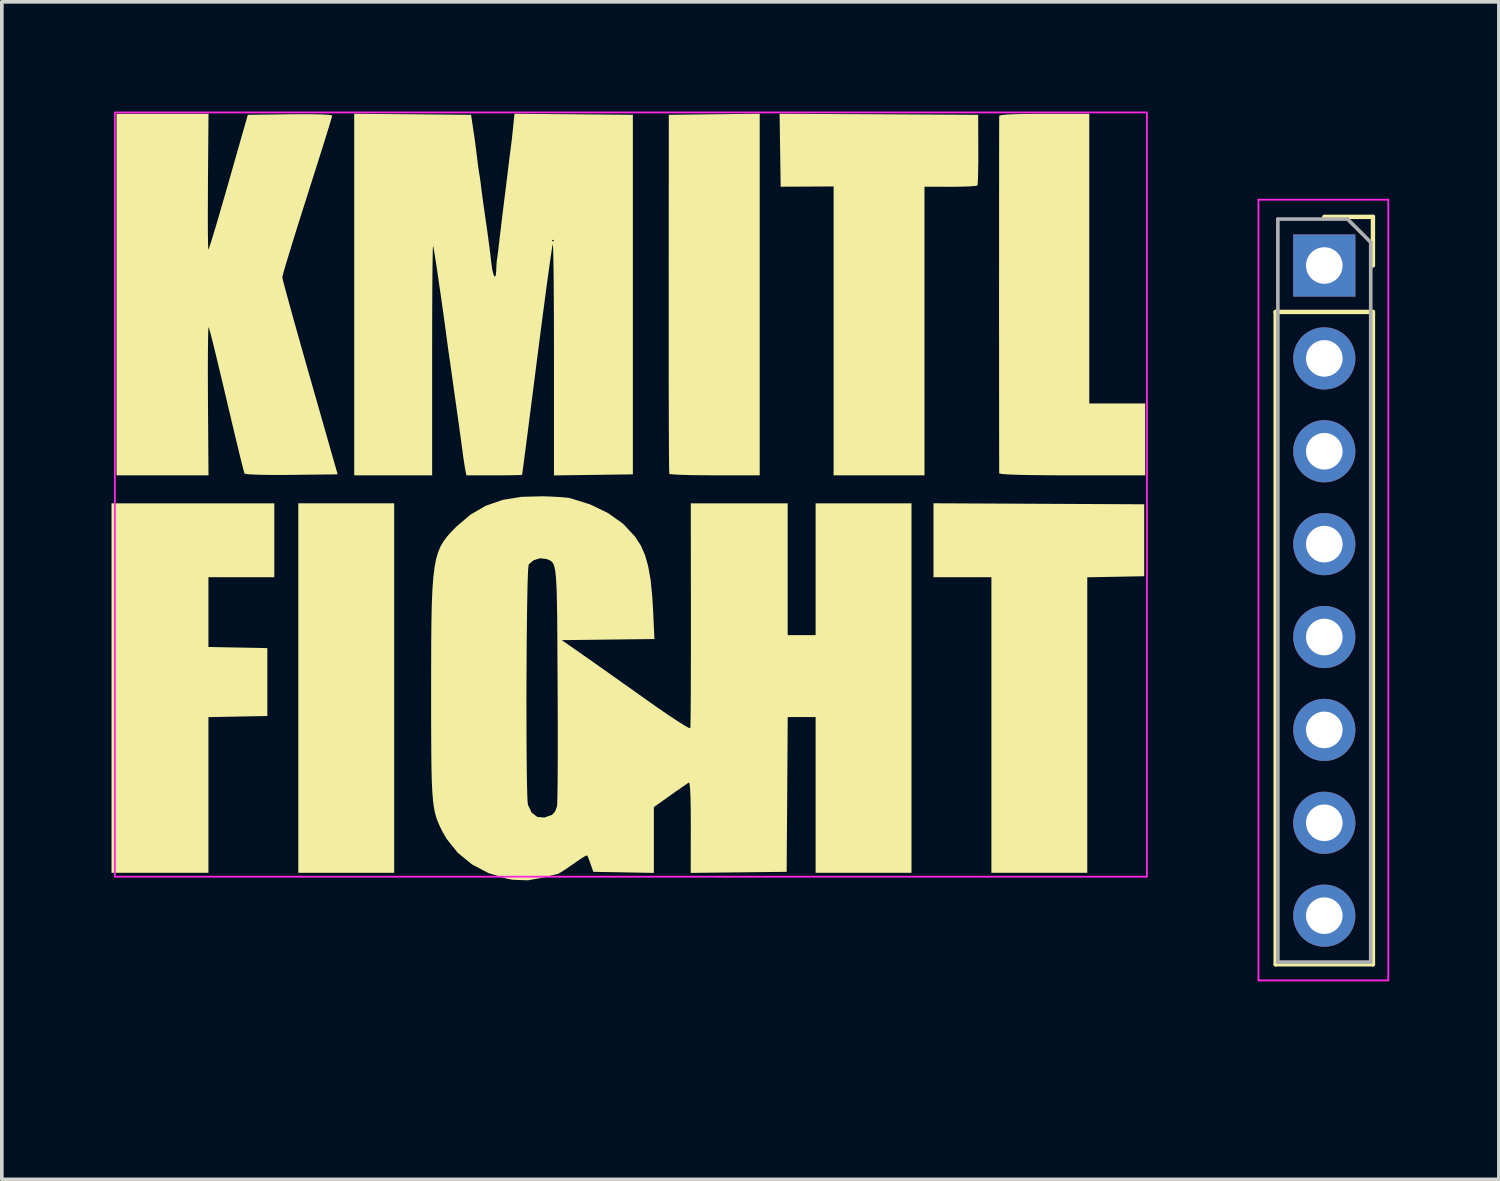
<source format=kicad_pcb>
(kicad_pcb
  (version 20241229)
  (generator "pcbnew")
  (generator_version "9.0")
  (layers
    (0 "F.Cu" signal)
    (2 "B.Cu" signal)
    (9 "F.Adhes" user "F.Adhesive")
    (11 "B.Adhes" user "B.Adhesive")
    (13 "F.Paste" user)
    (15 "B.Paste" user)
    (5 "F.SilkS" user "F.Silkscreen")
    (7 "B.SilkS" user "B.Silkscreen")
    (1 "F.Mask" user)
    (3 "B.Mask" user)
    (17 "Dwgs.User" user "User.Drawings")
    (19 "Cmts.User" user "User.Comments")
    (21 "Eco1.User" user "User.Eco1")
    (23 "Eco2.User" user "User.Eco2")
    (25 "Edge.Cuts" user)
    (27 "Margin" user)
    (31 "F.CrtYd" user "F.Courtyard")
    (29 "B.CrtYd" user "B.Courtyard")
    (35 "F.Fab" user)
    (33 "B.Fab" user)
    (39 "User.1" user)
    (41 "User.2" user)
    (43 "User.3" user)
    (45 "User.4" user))
  (footprint "KMITL"
    (layer "F.Cu")
    (at 14.066 10.55)
    (property "Reference" "KMITL" (at 0 0 0) (layer "User.7") (effects (font (size 1.524 1.524) (thickness 0.3))))
    (attr board_only exclude_from_pos_files exclude_from_bom)
    (fp_poly (pts (xy -6.336 10.269) (xy -8.958 10.269) (xy -8.958 0.164) (xy -6.336 0.164)) (stroke (width 0) (type solid)) (fill yes) (layer "F.SilkS"))
    (fp_poly (pts (xy 14.175 0.191) (xy 14.175 2.158) (xy 13.396 2.173) (xy 12.618 2.188) (xy 12.618 10.269) (xy 9.996 10.269) (xy 9.996 2.185) (xy 8.412 2.185) (xy 8.412 0.163)) (stroke (width 0) (type solid)) (fill yes) (layer "F.SilkS"))
    (fp_poly (pts (xy -9.614 2.185) (xy -11.416 2.185) (xy -11.416 4.094) (xy -9.805 4.124) (xy -9.805 5.981) (xy -10.611 5.996) (xy -11.416 6.012) (xy -11.416 10.269) (xy -14.066 10.269) (xy -14.066 0.164) (xy -9.614 0.164)) (stroke (width 0) (type solid)) (fill yes) (layer "F.SilkS"))
    (fp_poly (pts (xy 6.919 -10.475) (xy 9.635 -10.46) (xy 9.638 -9.513) (xy 9.638 -9.202) (xy 9.634 -8.929) (xy 9.629 -8.713) (xy 9.621 -8.573) (xy 9.614 -8.528) (xy 9.552 -8.514) (xy 9.402 -8.503) (xy 9.186 -8.495) (xy 8.924 -8.492) (xy 8.876 -8.492) (xy 8.166 -8.494) (xy 8.166 -4.547) (xy 8.167 -0.601) (xy 5.681 -0.601) (xy 5.681 -8.501) (xy 4.957 -8.497) (xy 4.233 -8.494) (xy 4.204 -10.489)) (stroke (width 0) (type solid)) (fill yes) (layer "F.SilkS"))
    (fp_poly (pts (xy 3.66 -0.601) (xy 2.434 -0.601) (xy 2.08 -0.603) (xy 1.764 -0.607) (xy 1.502 -0.615) (xy 1.31 -0.625) (xy 1.204 -0.636) (xy 1.188 -0.642) (xy 1.185 -0.701) (xy 1.182 -0.862) (xy 1.179 -1.117) (xy 1.177 -1.457) (xy 1.175 -1.875) (xy 1.174 -2.364) (xy 1.172 -2.915) (xy 1.171 -3.52) (xy 1.171 -4.172) (xy 1.171 -4.863) (xy 1.171 -5.572) (xy 1.174 -10.46) (xy 2.417 -10.475) (xy 3.66 -10.49)) (stroke (width 0) (type solid)) (fill yes) (layer "F.SilkS"))
    (fp_poly (pts (xy 12.673 -2.567) (xy 14.202 -2.567) (xy 14.202 -0.601) (xy 12.208 -0.601) (xy 11.632 -0.602) (xy 11.148 -0.607) (xy 10.762 -0.614) (xy 10.475 -0.624) (xy 10.291 -0.637) (xy 10.213 -0.652) (xy 10.21 -0.655) (xy 10.209 -0.717) (xy 10.209 -0.88) (xy 10.208 -1.136) (xy 10.208 -1.478) (xy 10.207 -1.898) (xy 10.207 -2.387) (xy 10.206 -2.939) (xy 10.206 -3.544) (xy 10.206 -4.196) (xy 10.205 -4.885) (xy 10.205 -5.544) (xy 10.206 -6.262) (xy 10.206 -6.949) (xy 10.206 -7.597) (xy 10.206 -8.198) (xy 10.207 -8.744) (xy 10.207 -9.228) (xy 10.208 -9.642) (xy 10.208 -9.977) (xy 10.209 -10.226) (xy 10.209 -10.381) (xy 10.21 -10.433) (xy 10.265 -10.452) (xy 10.424 -10.468) (xy 10.68 -10.479) (xy 11.028 -10.486) (xy 11.444 -10.488) (xy 12.673 -10.488)) (stroke (width 0) (type solid)) (fill yes) (layer "F.SilkS"))
    (fp_poly (pts (xy -11.429 -8.631) (xy -11.431 -8.192) (xy -11.432 -7.791) (xy -11.432 -7.44) (xy -11.43 -7.15) (xy -11.426 -6.934) (xy -11.421 -6.806) (xy -11.416 -6.774) (xy -11.396 -6.825) (xy -11.349 -6.969) (xy -11.279 -7.195) (xy -11.191 -7.489) (xy -11.088 -7.842) (xy -10.972 -8.24) (xy -10.864 -8.618) (xy -10.339 -10.46) (xy -9.184 -10.475) (xy -8.826 -10.478) (xy -8.517 -10.475) (xy -8.273 -10.469) (xy -8.106 -10.458) (xy -8.032 -10.444) (xy -8.03 -10.441) (xy -8.046 -10.38) (xy -8.092 -10.226) (xy -8.164 -9.99) (xy -8.259 -9.684) (xy -8.374 -9.319) (xy -8.505 -8.906) (xy -8.648 -8.456) (xy -8.712 -8.253) (xy -8.86 -7.788) (xy -8.997 -7.354) (xy -9.119 -6.961) (xy -9.223 -6.622) (xy -9.306 -6.347) (xy -9.363 -6.148) (xy -9.392 -6.038) (xy -9.395 -6.02) (xy -9.381 -5.951) (xy -9.339 -5.786) (xy -9.272 -5.538) (xy -9.184 -5.216) (xy -9.077 -4.83) (xy -8.954 -4.391) (xy -8.818 -3.909) (xy -8.672 -3.395) (xy -8.638 -3.277) (xy -7.882 -0.628) (xy -9.14 -0.613) (xy -9.53 -0.611) (xy -9.865 -0.613) (xy -10.134 -0.62) (xy -10.323 -0.63) (xy -10.42 -0.644) (xy -10.429 -0.65) (xy -10.448 -0.713) (xy -10.489 -0.87) (xy -10.549 -1.11) (xy -10.624 -1.419) (xy -10.712 -1.786) (xy -10.81 -2.199) (xy -10.915 -2.646) (xy -10.918 -2.658) (xy -11.023 -3.105) (xy -11.122 -3.517) (xy -11.21 -3.884) (xy -11.286 -4.194) (xy -11.347 -4.433) (xy -11.389 -4.59) (xy -11.409 -4.654) (xy -11.41 -4.654) (xy -11.417 -4.61) (xy -11.423 -4.469) (xy -11.427 -4.241) (xy -11.43 -3.94) (xy -11.432 -3.576) (xy -11.431 -3.16) (xy -11.429 -2.706) (xy -11.429 -2.647) (xy -11.414 -0.601) (xy -13.929 -0.601) (xy -13.929 -10.488) (xy -11.414 -10.488)) (stroke (width 0) (type solid)) (fill yes) (layer "F.SilkS"))
    (fp_poly (pts (xy -5.831 -10.475) (xy -4.234 -10.46) (xy -4.172 -10.051) (xy -4.134 -9.791) (xy -4.098 -9.518) (xy -4.072 -9.313) (xy -4.049 -9.117) (xy -4.026 -8.953) (xy -4.014 -8.876) (xy -3.994 -8.758) (xy -3.97 -8.584) (xy -3.959 -8.494) (xy -3.939 -8.333) (xy -3.907 -8.096) (xy -3.867 -7.814) (xy -3.825 -7.519) (xy -3.823 -7.511) (xy -3.78 -7.205) (xy -3.739 -6.901) (xy -3.705 -6.635) (xy -3.684 -6.446) (xy -3.656 -6.238) (xy -3.622 -6.097) (xy -3.589 -6.032) (xy -3.562 -6.052) (xy -3.547 -6.168) (xy -3.546 -6.203) (xy -3.539 -6.365) (xy -3.528 -6.489) (xy -3.525 -6.504) (xy -3.51 -6.603) (xy -3.489 -6.77) (xy -3.473 -6.914) (xy -3.46 -7.019) (xy -2.021 -7.019) (xy -1.994 -6.992) (xy -1.966 -7.019) (xy -1.994 -7.046) (xy -2.021 -7.019) (xy -3.46 -7.019) (xy -3.453 -7.083) (xy -3.423 -7.332) (xy -3.387 -7.633) (xy -3.347 -7.959) (xy -3.328 -8.112) (xy -3.288 -8.43) (xy -3.251 -8.73) (xy -3.22 -8.985) (xy -3.197 -9.171) (xy -3.19 -9.231) (xy -3.167 -9.416) (xy -3.146 -9.578) (xy -3.141 -9.614) (xy -3.125 -9.739) (xy -3.104 -9.929) (xy -3.084 -10.12) (xy -3.046 -10.489) (xy -1.427 -10.475) (xy 0.191 -10.46) (xy 0.191 -0.628) (xy -0.888 -0.613) (xy -1.966 -0.599) (xy -1.966 -3.777) (xy -1.967 -4.354) (xy -1.968 -4.896) (xy -1.971 -5.394) (xy -1.974 -5.838) (xy -1.978 -6.219) (xy -1.983 -6.527) (xy -1.988 -6.754) (xy -1.993 -6.888) (xy -1.998 -6.924) (xy -2.011 -6.865) (xy -2.036 -6.708) (xy -2.072 -6.463) (xy -2.117 -6.139) (xy -2.171 -5.746) (xy -2.231 -5.296) (xy -2.297 -4.796) (xy -2.366 -4.259) (xy -2.406 -3.951) (xy -2.495 -3.258) (xy -2.571 -2.665) (xy -2.635 -2.165) (xy -2.688 -1.75) (xy -2.732 -1.412) (xy -2.767 -1.143) (xy -2.794 -0.936) (xy -2.815 -0.782) (xy -2.83 -0.674) (xy -2.838 -0.615) (xy -2.89 -0.61) (xy -3.032 -0.605) (xy -3.244 -0.602) (xy -3.506 -0.601) (xy -3.601 -0.601) (xy -4.361 -0.601) (xy -4.391 -0.751) (xy -4.413 -0.879) (xy -4.443 -1.075) (xy -4.473 -1.297) (xy -4.475 -1.311) (xy -4.506 -1.542) (xy -4.535 -1.756) (xy -4.557 -1.909) (xy -4.557 -1.912) (xy -4.574 -2.033) (xy -4.603 -2.238) (xy -4.64 -2.502) (xy -4.682 -2.799) (xy -4.699 -2.922) (xy -4.741 -3.22) (xy -4.779 -3.489) (xy -4.809 -3.705) (xy -4.83 -3.846) (xy -4.834 -3.878) (xy -4.856 -4.024) (xy -4.88 -4.205) (xy -4.884 -4.233) (xy -4.937 -4.629) (xy -4.993 -5.034) (xy -5.049 -5.432) (xy -5.104 -5.81) (xy -5.154 -6.153) (xy -5.198 -6.445) (xy -5.235 -6.673) (xy -5.26 -6.822) (xy -5.273 -6.876) (xy -5.278 -6.827) (xy -5.282 -6.679) (xy -5.286 -6.441) (xy -5.29 -6.122) (xy -5.293 -5.732) (xy -5.295 -5.28) (xy -5.297 -4.777) (xy -5.298 -4.23) (xy -5.298 -3.751) (xy -5.298 -0.601) (xy -7.429 -0.601) (xy -7.429 -10.489)) (stroke (width 0) (type solid)) (fill yes) (layer "F.SilkS"))
    (fp_poly (pts (xy -2.008 -0.018) (xy -1.779 -0.005) (xy -1.608 0.01) (xy -1.536 0.02) (xy -0.977 0.194) (xy -0.487 0.431) (xy -0.075 0.725) (xy 0.25 1.072) (xy 0.407 1.315) (xy 0.52 1.569) (xy 0.608 1.875) (xy 0.675 2.248) (xy 0.721 2.704) (xy 0.745 3.099) (xy 0.781 3.876) (xy -1.753 3.906) (xy -1.166 4.315) (xy -0.952 4.465) (xy -0.67 4.664) (xy -0.341 4.897) (xy 0.014 5.148) (xy 0.374 5.403) (xy 0.581 5.551) (xy 0.892 5.769) (xy 1.173 5.962) (xy 1.413 6.12) (xy 1.599 6.237) (xy 1.719 6.304) (xy 1.762 6.315) (xy 1.765 6.251) (xy 1.769 6.087) (xy 1.772 5.834) (xy 1.774 5.502) (xy 1.776 5.101) (xy 1.777 4.641) (xy 1.778 4.132) (xy 1.778 3.585) (xy 1.778 3.209) (xy 1.775 0.164) (xy 4.425 0.164) (xy 4.425 3.769) (xy 5.189 3.769) (xy 5.189 0.164) (xy 7.811 0.164) (xy 7.811 10.269) (xy 5.189 10.269) (xy 5.189 6.009) (xy 4.426 6.009) (xy 4.412 8.125) (xy 4.397 10.242) (xy 3.085 10.257) (xy 1.773 10.271) (xy 1.775 9.019) (xy 1.774 8.558) (xy 1.767 8.205) (xy 1.756 7.962) (xy 1.739 7.828) (xy 1.722 7.799) (xy 1.656 7.844) (xy 1.523 7.936) (xy 1.344 8.061) (xy 1.215 8.153) (xy 0.765 8.472) (xy 0.765 10.272) (xy -0.89 10.242) (xy -0.965 10.028) (xy -1.016 9.889) (xy -1.053 9.802) (xy -1.06 9.792) (xy -1.111 9.811) (xy -1.227 9.882) (xy -1.387 9.991) (xy -1.443 10.03) (xy -1.62 10.153) (xy -1.767 10.248) (xy -1.86 10.298) (xy -1.872 10.302) (xy -1.958 10.322) (xy -2.112 10.361) (xy -2.265 10.401) (xy -2.678 10.474) (xy -3.081 10.46) (xy -3.25 10.431) (xy -3.757 10.277) (xy -4.209 10.039) (xy -4.595 9.724) (xy -4.903 9.34) (xy -5.02 9.136) (xy -5.084 9.006) (xy -5.138 8.884) (xy -5.184 8.761) (xy -5.221 8.627) (xy -5.252 8.471) (xy -5.275 8.284) (xy -5.293 8.056) (xy -5.307 7.778) (xy -5.316 7.439) (xy -5.321 7.03) (xy -5.324 6.54) (xy -5.326 5.961) (xy -5.326 5.552) (xy -2.719 5.552) (xy -2.718 6.066) (xy -2.717 6.558) (xy -2.714 7.018) (xy -2.71 7.432) (xy -2.705 7.789) (xy -2.698 8.077) (xy -2.69 8.285) (xy -2.68 8.399) (xy -2.677 8.412) (xy -2.576 8.623) (xy -2.424 8.74) (xy -2.229 8.758) (xy -2.015 8.682) (xy -1.937 8.594) (xy -1.884 8.455) (xy -1.883 8.45) (xy -1.877 8.364) (xy -1.872 8.178) (xy -1.868 7.905) (xy -1.865 7.552) (xy -1.863 7.132) (xy -1.863 6.655) (xy -1.863 6.13) (xy -1.865 5.568) (xy -1.867 5.1) (xy -1.871 4.417) (xy -1.874 3.836) (xy -1.878 3.347) (xy -1.884 2.942) (xy -1.891 2.613) (xy -1.902 2.351) (xy -1.916 2.149) (xy -1.934 1.997) (xy -1.958 1.888) (xy -1.987 1.812) (xy -2.024 1.763) (xy -2.067 1.731) (xy -2.119 1.707) (xy -2.179 1.685) (xy -2.345 1.668) (xy -2.515 1.718) (xy -2.641 1.819) (xy -2.659 1.849) (xy -2.669 1.923) (xy -2.679 2.095) (xy -2.688 2.353) (xy -2.695 2.684) (xy -2.702 3.077) (xy -2.707 3.52) (xy -2.712 4.001) (xy -2.715 4.507) (xy -2.718 5.029) (xy -2.719 5.552) (xy -5.326 5.552) (xy -5.326 5.298) (xy -5.325 4.559) (xy -5.323 3.921) (xy -5.317 3.373) (xy -5.307 2.908) (xy -5.29 2.516) (xy -5.266 2.188) (xy -5.233 1.916) (xy -5.19 1.69) (xy -5.135 1.502) (xy -5.067 1.341) (xy -4.985 1.201) (xy -4.887 1.07) (xy -4.771 0.941) (xy -4.637 0.804) (xy -4.631 0.798) (xy -4.249 0.473) (xy -3.835 0.232) (xy -3.374 0.072) (xy -2.854 -0.013) (xy -2.267 -0.028)) (stroke (width 0) (type solid)) (fill yes) (layer "F.SilkS"))
    (fp_rect (start -13.975 -10.525) (end 14.25 10.375) (stroke (width 0.05) (type default)) (fill no) (layer "F.CrtYd")))
  (footprint "PinSocket_1x08_P2.54mm_Vertical"
    (layer "F.Cu")
    (at 33.166 4.211)
    (property "Reference" "PinSocket_1x08_P2.54mm_Vertical" (at 0 -2.77 0) (layer "User.7") (effects (font (size 1 1) (thickness 0.15))))
    (attr through_hole)
    (fp_line (start -1.33 1.27) (end -1.33 19.11) (stroke (width 0.12) (type solid)) (layer "F.SilkS"))
    (fp_line (start -1.33 1.27) (end 1.33 1.27) (stroke (width 0.12) (type solid)) (layer "F.SilkS"))
    (fp_line (start -1.33 19.11) (end 1.33 19.11) (stroke (width 0.12) (type solid)) (layer "F.SilkS"))
    (fp_line (start 0 -1.33) (end 1.33 -1.33) (stroke (width 0.12) (type solid)) (layer "F.SilkS"))
    (fp_line (start 1.33 -1.33) (end 1.33 0) (stroke (width 0.12) (type solid)) (layer "F.SilkS"))
    (fp_line (start 1.33 1.27) (end 1.33 19.11) (stroke (width 0.12) (type solid)) (layer "F.SilkS"))
    (fp_line (start -1.8 -1.8) (end 1.75 -1.8) (stroke (width 0.05) (type solid)) (layer "F.CrtYd"))
    (fp_line (start -1.8 19.55) (end -1.8 -1.8) (stroke (width 0.05) (type solid)) (layer "F.CrtYd"))
    (fp_line (start 1.75 -1.8) (end 1.75 19.55) (stroke (width 0.05) (type solid)) (layer "F.CrtYd"))
    (fp_line (start 1.75 19.55) (end -1.8 19.55) (stroke (width 0.05) (type solid)) (layer "F.CrtYd"))
    (fp_line (start -1.27 -1.27) (end 0.635 -1.27) (stroke (width 0.1) (type solid)) (layer "F.Fab"))
    (fp_line (start -1.27 19.05) (end -1.27 -1.27) (stroke (width 0.1) (type solid)) (layer "F.Fab"))
    (fp_line (start 0.635 -1.27) (end 1.27 -0.635) (stroke (width 0.1) (type solid)) (layer "F.Fab"))
    (fp_line (start 1.27 -0.635) (end 1.27 19.05) (stroke (width 0.1) (type solid)) (layer "F.Fab"))
    (fp_line (start 1.27 19.05) (end -1.27 19.05) (stroke (width 0.1) (type solid)) (layer "F.Fab"))
    (fp_text user "${REFERENCE}" (at 0 8.89 270) (layer "User.3") (effects (font (size 1 1) (thickness 0.15))))
    (pad "1" thru_hole rect (at 0 0) (size 1.7 1.7) (drill 1) (layers "*.Cu" "*.Mask"))
    (pad "2" thru_hole oval (at 0 2.54) (size 1.7 1.7) (drill 1) (layers "*.Cu" "*.Mask"))
    (pad "3" thru_hole oval (at 0 5.08) (size 1.7 1.7) (drill 1) (layers "*.Cu" "*.Mask"))
    (pad "4" thru_hole oval (at 0 7.62) (size 1.7 1.7) (drill 1) (layers "*.Cu" "*.Mask"))
    (pad "5" thru_hole oval (at 0 10.16) (size 1.7 1.7) (drill 1) (layers "*.Cu" "*.Mask"))
    (pad "6" thru_hole oval (at 0 12.7) (size 1.7 1.7) (drill 1) (layers "*.Cu" "*.Mask"))
    (pad "7" thru_hole oval (at 0 15.24) (size 1.7 1.7) (drill 1) (layers "*.Cu" "*.Mask"))
    (pad "8" thru_hole oval (at 0 17.78) (size 1.7 1.7) (drill 1) (layers "*.Cu" "*.Mask")))
  (gr_rect
    (start -3 -3)
    (end 37.941 29.202)
    (stroke (width 0.1) (type default))
    (fill no)
    (layer "Edge.Cuts")))
</source>
